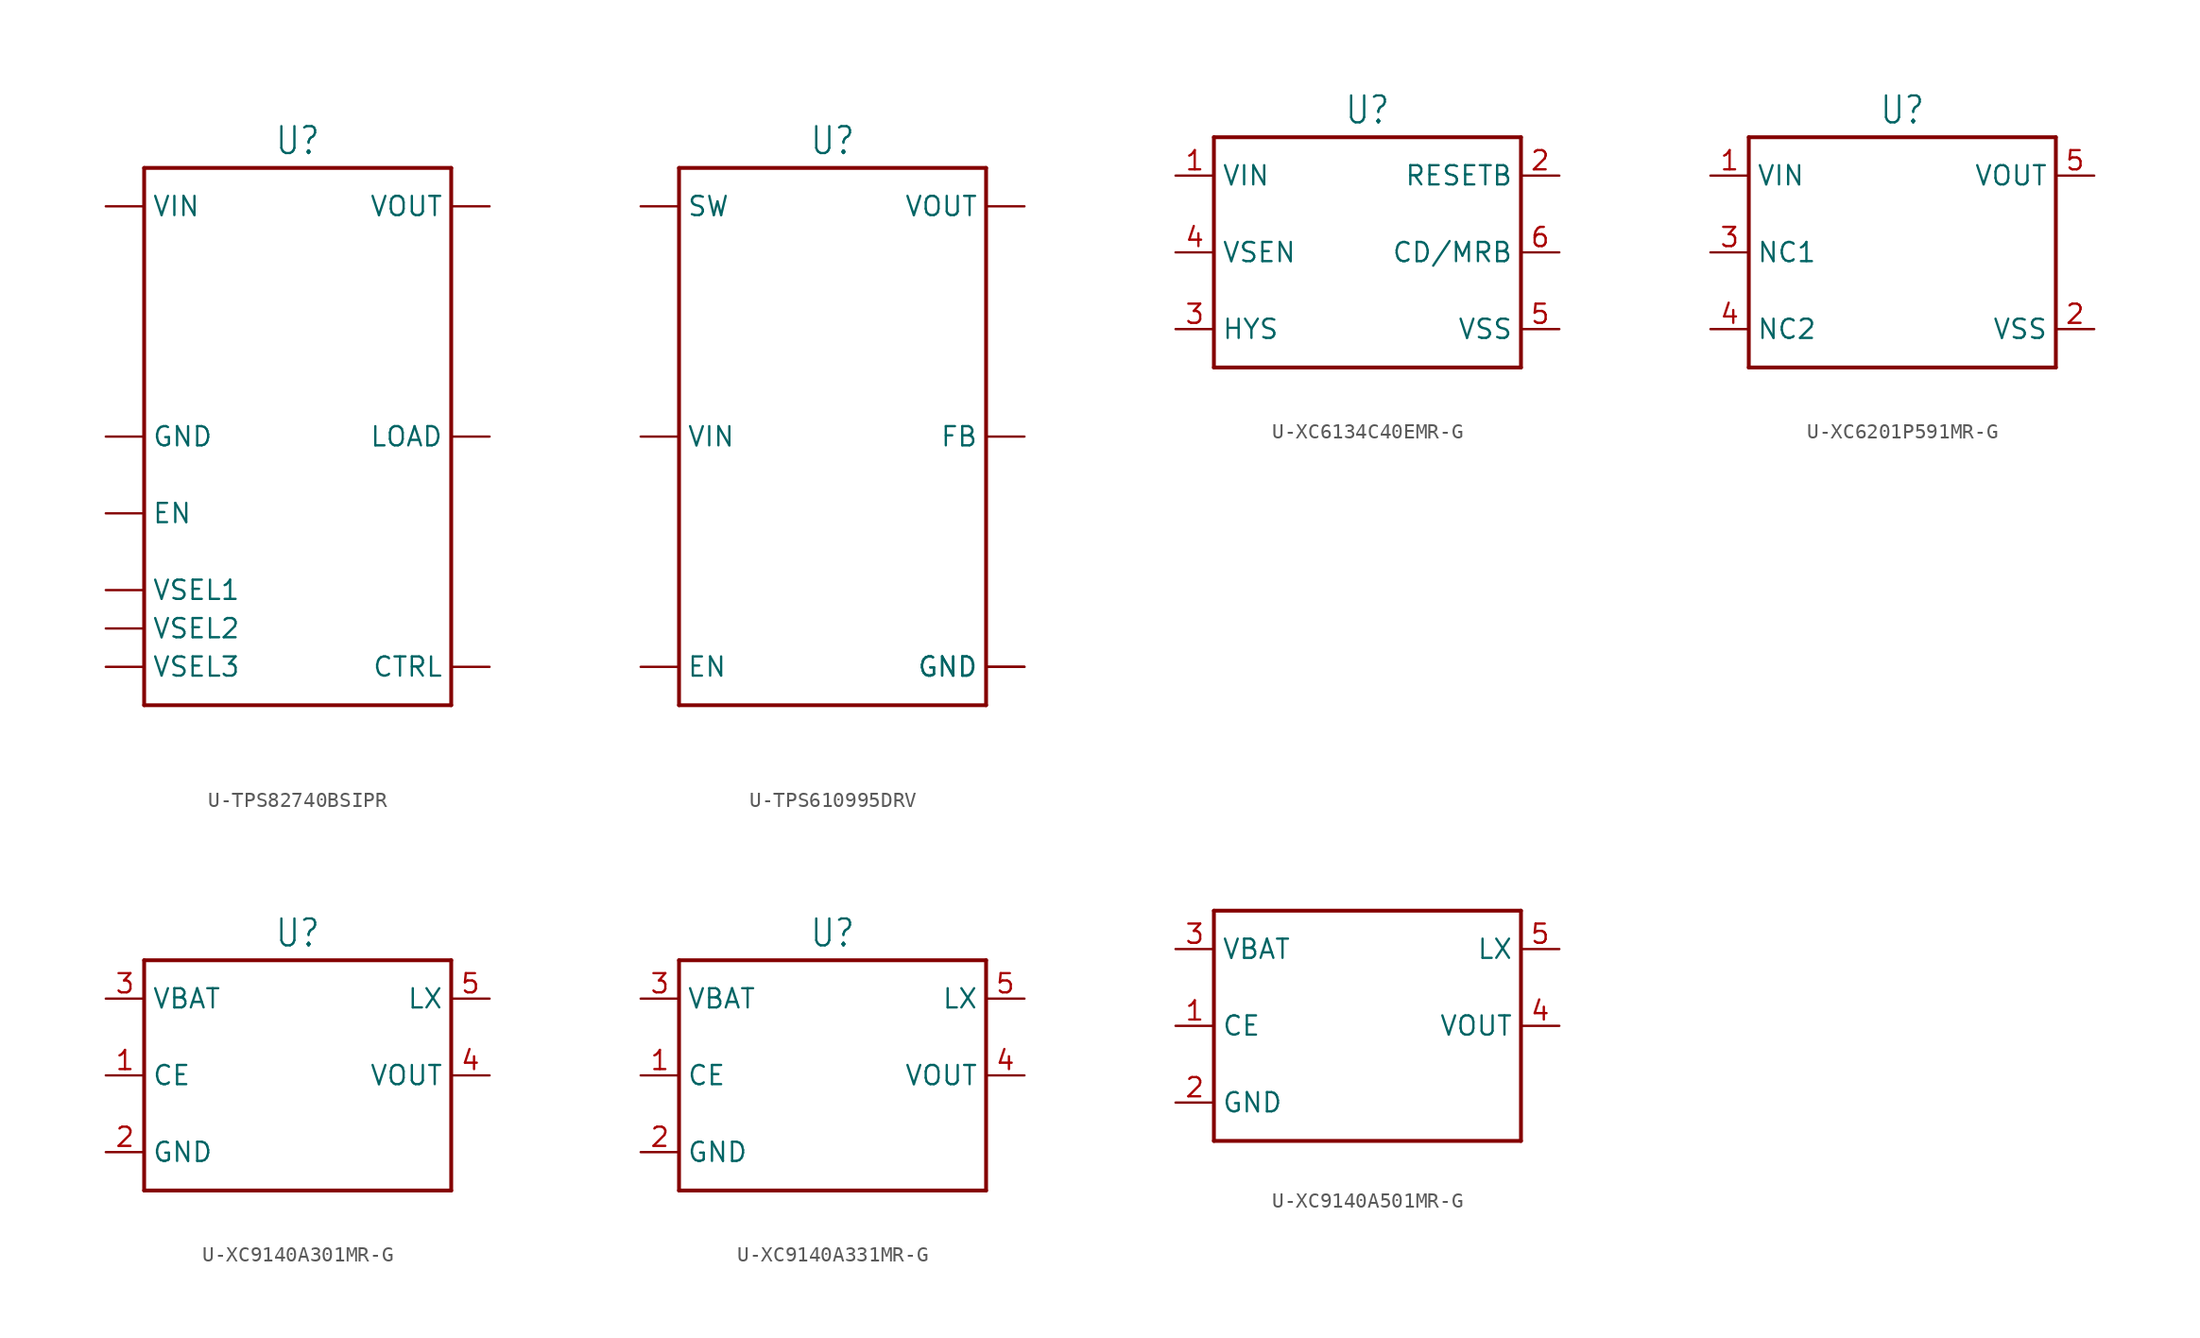
<source format=kicad_sym>
(kicad_symbol_lib
  (version 20231120)
  (generator "kicad_symbol_editor")
  (generator_version "8.0")
  (symbol "U-TPS82740BSIPR"
    (property "Reference" "U"
      (at 0 18.542 0)
      (effects (font (size 1.778 1.511)) (justify bottom)))
    (property "Value" ""
      (at 0 -18.542 0)
      (effects (font (size 1.778 1.511)) (justify top)))
    (property "ki_locked" ""
      (at 0 0 0)
      (effects (font (size 1.27 1.27))))
    (symbol "U-TPS82740BSIPR_1_0"
      (polyline (pts (xy -10.16 -17.78) (xy 10.16 -17.78)) (stroke (width 0.254) (type solid)) (fill (type none)))
      (polyline (pts (xy -10.16 17.78) (xy -10.16 -17.78)) (stroke (width 0.254) (type solid)) (fill (type none)))
      (polyline (pts (xy 10.16 -17.78) (xy 10.16 17.78)) (stroke (width 0.254) (type solid)) (fill (type none)))
      (polyline (pts (xy 10.16 17.78) (xy -10.16 17.78)) (stroke (width 0.254) (type solid)) (fill (type none)))
      (pin passive line (at -12.7 -15.24 0) (length 2.54) (name "VSEL3" (effects (font (size 1.27 1.27)))) (number "A1" (effects (font (size 0 0)))))
      (pin passive line (at -12.7 -12.7 0) (length 2.54) (name "VSEL2" (effects (font (size 1.27 1.27)))) (number "A2" (effects (font (size 0 0)))))
      (pin passive line (at -12.7 -10.16 0) (length 2.54) (name "VSEL1" (effects (font (size 1.27 1.27)))) (number "A3" (effects (font (size 0 0)))))
      (pin passive line (at 12.7 0 180) (length 2.54) (name "LOAD" (effects (font (size 1.27 1.27)))) (number "B1" (effects (font (size 0 0)))))
      (pin passive line (at 12.7 -15.24 180) (length 2.54) (name "CTRL" (effects (font (size 1.27 1.27)))) (number "B2" (effects (font (size 0 0)))))
      (pin passive line (at -12.7 -5.08 0) (length 2.54) (name "EN" (effects (font (size 1.27 1.27)))) (number "B3" (effects (font (size 0 0)))))
      (pin passive line (at 12.7 15.24 180) (length 2.54) (name "VOUT" (effects (font (size 1.27 1.27)))) (number "C1" (effects (font (size 0 0)))))
      (pin passive line (at -12.7 0 0) (length 2.54) (name "GND" (effects (font (size 1.27 1.27)))) (number "C2" (effects (font (size 0 0)))))
      (pin passive line (at -12.7 15.24 0) (length 2.54) (name "VIN" (effects (font (size 1.27 1.27)))) (number "C3" (effects (font (size 0 0)))))))
  (symbol "U-TPS610995DRV"
    (property "Reference" "U"
      (at 0 18.542 0)
      (effects (font (size 1.778 1.511)) (justify bottom)))
    (property "Value" ""
      (at 0 -18.542 0)
      (effects (font (size 1.778 1.511)) (justify top)))
    (property "ki_locked" ""
      (at 0 0 0)
      (effects (font (size 1.27 1.27))))
    (symbol "U-TPS610995DRV_1_0"
      (polyline (pts (xy -10.16 -17.78) (xy 10.16 -17.78)) (stroke (width 0.254) (type solid)) (fill (type none)))
      (polyline (pts (xy -10.16 17.78) (xy -10.16 -17.78)) (stroke (width 0.254) (type solid)) (fill (type none)))
      (polyline (pts (xy 10.16 -17.78) (xy 10.16 17.78)) (stroke (width 0.254) (type solid)) (fill (type none)))
      (polyline (pts (xy 10.16 17.78) (xy -10.16 17.78)) (stroke (width 0.254) (type solid)) (fill (type none)))
      (pin passive line (at 12.7 -15.24 180) (length 2.54) (name "GND" (effects (font (size 1.27 1.27)))) (number "0" (effects (font (size 0 0)))))
      (pin passive line (at 12.7 -15.24 180) (length 2.54) (name "GND" (effects (font (size 1.27 1.27)))) (number "1" (effects (font (size 0 0)))))
      (pin passive line (at 12.7 15.24 180) (length 2.54) (name "VOUT" (effects (font (size 1.27 1.27)))) (number "2" (effects (font (size 0 0)))))
      (pin passive line (at 12.7 0 180) (length 2.54) (name "FB" (effects (font (size 1.27 1.27)))) (number "3" (effects (font (size 0 0)))))
      (pin passive line (at -12.7 -15.24 0) (length 2.54) (name "EN" (effects (font (size 1.27 1.27)))) (number "4" (effects (font (size 0 0)))))
      (pin passive line (at -12.7 15.24 0) (length 2.54) (name "SW" (effects (font (size 1.27 1.27)))) (number "5" (effects (font (size 0 0)))))
      (pin passive line (at -12.7 0 0) (length 2.54) (name "VIN" (effects (font (size 1.27 1.27)))) (number "6" (effects (font (size 0 0)))))))
  (symbol "U-XC6134C40EMR-G"
    (property "Reference" "U"
      (at 0 8.382 0)
      (effects (font (size 1.778 1.511)) (justify bottom)))
    (property "Value" ""
      (at 0 -8.382 0)
      (effects (font (size 1.778 1.511)) (justify top)))
    (property "ki_locked" ""
      (at 0 0 0)
      (effects (font (size 1.27 1.27))))
    (symbol "U-XC6134C40EMR-G_1_0"
      (polyline (pts (xy -10.16 -7.62) (xy -10.16 7.62)) (stroke (width 0.254) (type solid)) (fill (type none)))
      (polyline (pts (xy -10.16 7.62) (xy 10.16 7.62)) (stroke (width 0.254) (type solid)) (fill (type none)))
      (polyline (pts (xy 10.16 -7.62) (xy -10.16 -7.62)) (stroke (width 0.254) (type solid)) (fill (type none)))
      (polyline (pts (xy 10.16 7.62) (xy 10.16 -7.62)) (stroke (width 0.254) (type solid)) (fill (type none)))
      (pin passive line (at -12.7 5.08 0) (length 2.54) (name "VIN" (effects (font (size 1.27 1.27)))) (number "1" (effects (font (size 1.27 1.27)))))
      (pin passive line (at 12.7 5.08 180) (length 2.54) (name "RESETB" (effects (font (size 1.27 1.27)))) (number "2" (effects (font (size 1.27 1.27)))))
      (pin passive line (at -12.7 -5.08 0) (length 2.54) (name "HYS" (effects (font (size 1.27 1.27)))) (number "3" (effects (font (size 1.27 1.27)))))
      (pin passive line (at -12.7 0 0) (length 2.54) (name "VSEN" (effects (font (size 1.27 1.27)))) (number "4" (effects (font (size 1.27 1.27)))))
      (pin passive line (at 12.7 -5.08 180) (length 2.54) (name "VSS" (effects (font (size 1.27 1.27)))) (number "5" (effects (font (size 1.27 1.27)))))
      (pin passive line (at 12.7 0 180) (length 2.54) (name "CD/MRB" (effects (font (size 1.27 1.27)))) (number "6" (effects (font (size 1.27 1.27)))))))
  (symbol "U-XC6201P591MR-G"
    (property "Reference" "U"
      (at 0 8.382 0)
      (effects (font (size 1.778 1.511)) (justify bottom)))
    (property "Value" ""
      (at 0 -8.382 0)
      (effects (font (size 1.778 1.511)) (justify top)))
    (property "ki_locked" ""
      (at 0 0 0)
      (effects (font (size 1.27 1.27))))
    (symbol "U-XC6201P591MR-G_1_0"
      (polyline (pts (xy -10.16 -7.62) (xy -10.16 7.62)) (stroke (width 0.254) (type solid)) (fill (type none)))
      (polyline (pts (xy -10.16 7.62) (xy 10.16 7.62)) (stroke (width 0.254) (type solid)) (fill (type none)))
      (polyline (pts (xy 10.16 -7.62) (xy -10.16 -7.62)) (stroke (width 0.254) (type solid)) (fill (type none)))
      (polyline (pts (xy 10.16 7.62) (xy 10.16 -7.62)) (stroke (width 0.254) (type solid)) (fill (type none)))
      (pin passive line (at -12.7 5.08 0) (length 2.54) (name "VIN" (effects (font (size 1.27 1.27)))) (number "1" (effects (font (size 1.27 1.27)))))
      (pin passive line (at 12.7 -5.08 180) (length 2.54) (name "VSS" (effects (font (size 1.27 1.27)))) (number "2" (effects (font (size 1.27 1.27)))))
      (pin passive line (at -12.7 0 0) (length 2.54) (name "NC1" (effects (font (size 1.27 1.27)))) (number "3" (effects (font (size 1.27 1.27)))))
      (pin passive line (at -12.7 -5.08 0) (length 2.54) (name "NC2" (effects (font (size 1.27 1.27)))) (number "4" (effects (font (size 1.27 1.27)))))
      (pin passive line (at 12.7 5.08 180) (length 2.54) (name "VOUT" (effects (font (size 1.27 1.27)))) (number "5" (effects (font (size 1.27 1.27)))))))
  (symbol "U-XC9140A301MR-G"
    (property "Reference" "U"
      (at 0 8.382 0)
      (effects (font (size 1.778 1.511)) (justify bottom)))
    (property "Value" ""
      (at 0 -8.382 0)
      (effects (font (size 1.778 1.511)) (justify top)))
    (property "ki_locked" ""
      (at 0 0 0)
      (effects (font (size 1.27 1.27))))
    (symbol "U-XC9140A301MR-G_1_0"
      (polyline (pts (xy -10.16 -7.62) (xy 10.16 -7.62)) (stroke (width 0.254) (type solid)) (fill (type none)))
      (polyline (pts (xy -10.16 7.62) (xy -10.16 -7.62)) (stroke (width 0.254) (type solid)) (fill (type none)))
      (polyline (pts (xy 10.16 -7.62) (xy 10.16 7.62)) (stroke (width 0.254) (type solid)) (fill (type none)))
      (polyline (pts (xy 10.16 7.62) (xy -10.16 7.62)) (stroke (width 0.254) (type solid)) (fill (type none)))
      (pin passive line (at -12.7 0 0) (length 2.54) (name "CE" (effects (font (size 1.27 1.27)))) (number "1" (effects (font (size 1.27 1.27)))))
      (pin passive line (at -12.7 -5.08 0) (length 2.54) (name "GND" (effects (font (size 1.27 1.27)))) (number "2" (effects (font (size 1.27 1.27)))))
      (pin passive line (at -12.7 5.08 0) (length 2.54) (name "VBAT" (effects (font (size 1.27 1.27)))) (number "3" (effects (font (size 1.27 1.27)))))
      (pin passive line (at 12.7 0 180) (length 2.54) (name "VOUT" (effects (font (size 1.27 1.27)))) (number "4" (effects (font (size 1.27 1.27)))))
      (pin passive line (at 12.7 5.08 180) (length 2.54) (name "LX" (effects (font (size 1.27 1.27)))) (number "5" (effects (font (size 1.27 1.27)))))))
  (symbol "U-XC9140A331MR-G"
    (property "Reference" "U"
      (at 0 8.382 0)
      (effects (font (size 1.778 1.511)) (justify bottom)))
    (property "Value" ""
      (at 0 -8.382 0)
      (effects (font (size 1.778 1.511)) (justify top)))
    (property "ki_locked" ""
      (at 0 0 0)
      (effects (font (size 1.27 1.27))))
    (symbol "U-XC9140A331MR-G_1_0"
      (polyline (pts (xy -10.16 -7.62) (xy 10.16 -7.62)) (stroke (width 0.254) (type solid)) (fill (type none)))
      (polyline (pts (xy -10.16 7.62) (xy -10.16 -7.62)) (stroke (width 0.254) (type solid)) (fill (type none)))
      (polyline (pts (xy 10.16 -7.62) (xy 10.16 7.62)) (stroke (width 0.254) (type solid)) (fill (type none)))
      (polyline (pts (xy 10.16 7.62) (xy -10.16 7.62)) (stroke (width 0.254) (type solid)) (fill (type none)))
      (pin passive line (at -12.7 0 0) (length 2.54) (name "CE" (effects (font (size 1.27 1.27)))) (number "1" (effects (font (size 1.27 1.27)))))
      (pin passive line (at -12.7 -5.08 0) (length 2.54) (name "GND" (effects (font (size 1.27 1.27)))) (number "2" (effects (font (size 1.27 1.27)))))
      (pin passive line (at -12.7 5.08 0) (length 2.54) (name "VBAT" (effects (font (size 1.27 1.27)))) (number "3" (effects (font (size 1.27 1.27)))))
      (pin passive line (at 12.7 0 180) (length 2.54) (name "VOUT" (effects (font (size 1.27 1.27)))) (number "4" (effects (font (size 1.27 1.27)))))
      (pin passive line (at 12.7 5.08 180) (length 2.54) (name "LX" (effects (font (size 1.27 1.27)))) (number "5" (effects (font (size 1.27 1.27)))))))
  (symbol "U-XC9140A501MR-G"
    (property "Reference" ""
      (at 0 8.382 0)
      (effects (font (size 1.778 1.511)) (justify bottom) (hide yes)))
    (property "Value" ""
      (at 0 -8.382 0)
      (effects (font (size 1.778 1.511)) (justify top)))
    (property "ki_locked" ""
      (at 0 0 0)
      (effects (font (size 1.27 1.27))))
    (symbol "U-XC9140A501MR-G_1_0"
      (polyline (pts (xy -10.16 -7.62) (xy 10.16 -7.62)) (stroke (width 0.254) (type solid)) (fill (type none)))
      (polyline (pts (xy -10.16 7.62) (xy -10.16 -7.62)) (stroke (width 0.254) (type solid)) (fill (type none)))
      (polyline (pts (xy 10.16 -7.62) (xy 10.16 7.62)) (stroke (width 0.254) (type solid)) (fill (type none)))
      (polyline (pts (xy 10.16 7.62) (xy -10.16 7.62)) (stroke (width 0.254) (type solid)) (fill (type none)))
      (pin passive line (at -12.7 0 0) (length 2.54) (name "CE" (effects (font (size 1.27 1.27)))) (number "1" (effects (font (size 1.27 1.27)))))
      (pin passive line (at -12.7 -5.08 0) (length 2.54) (name "GND" (effects (font (size 1.27 1.27)))) (number "2" (effects (font (size 1.27 1.27)))))
      (pin passive line (at -12.7 5.08 0) (length 2.54) (name "VBAT" (effects (font (size 1.27 1.27)))) (number "3" (effects (font (size 1.27 1.27)))))
      (pin passive line (at 12.7 0 180) (length 2.54) (name "VOUT" (effects (font (size 1.27 1.27)))) (number "4" (effects (font (size 1.27 1.27)))))
      (pin passive line (at 12.7 5.08 180) (length 2.54) (name "LX" (effects (font (size 1.27 1.27)))) (number "5" (effects (font (size 1.27 1.27))))))))
</source>
